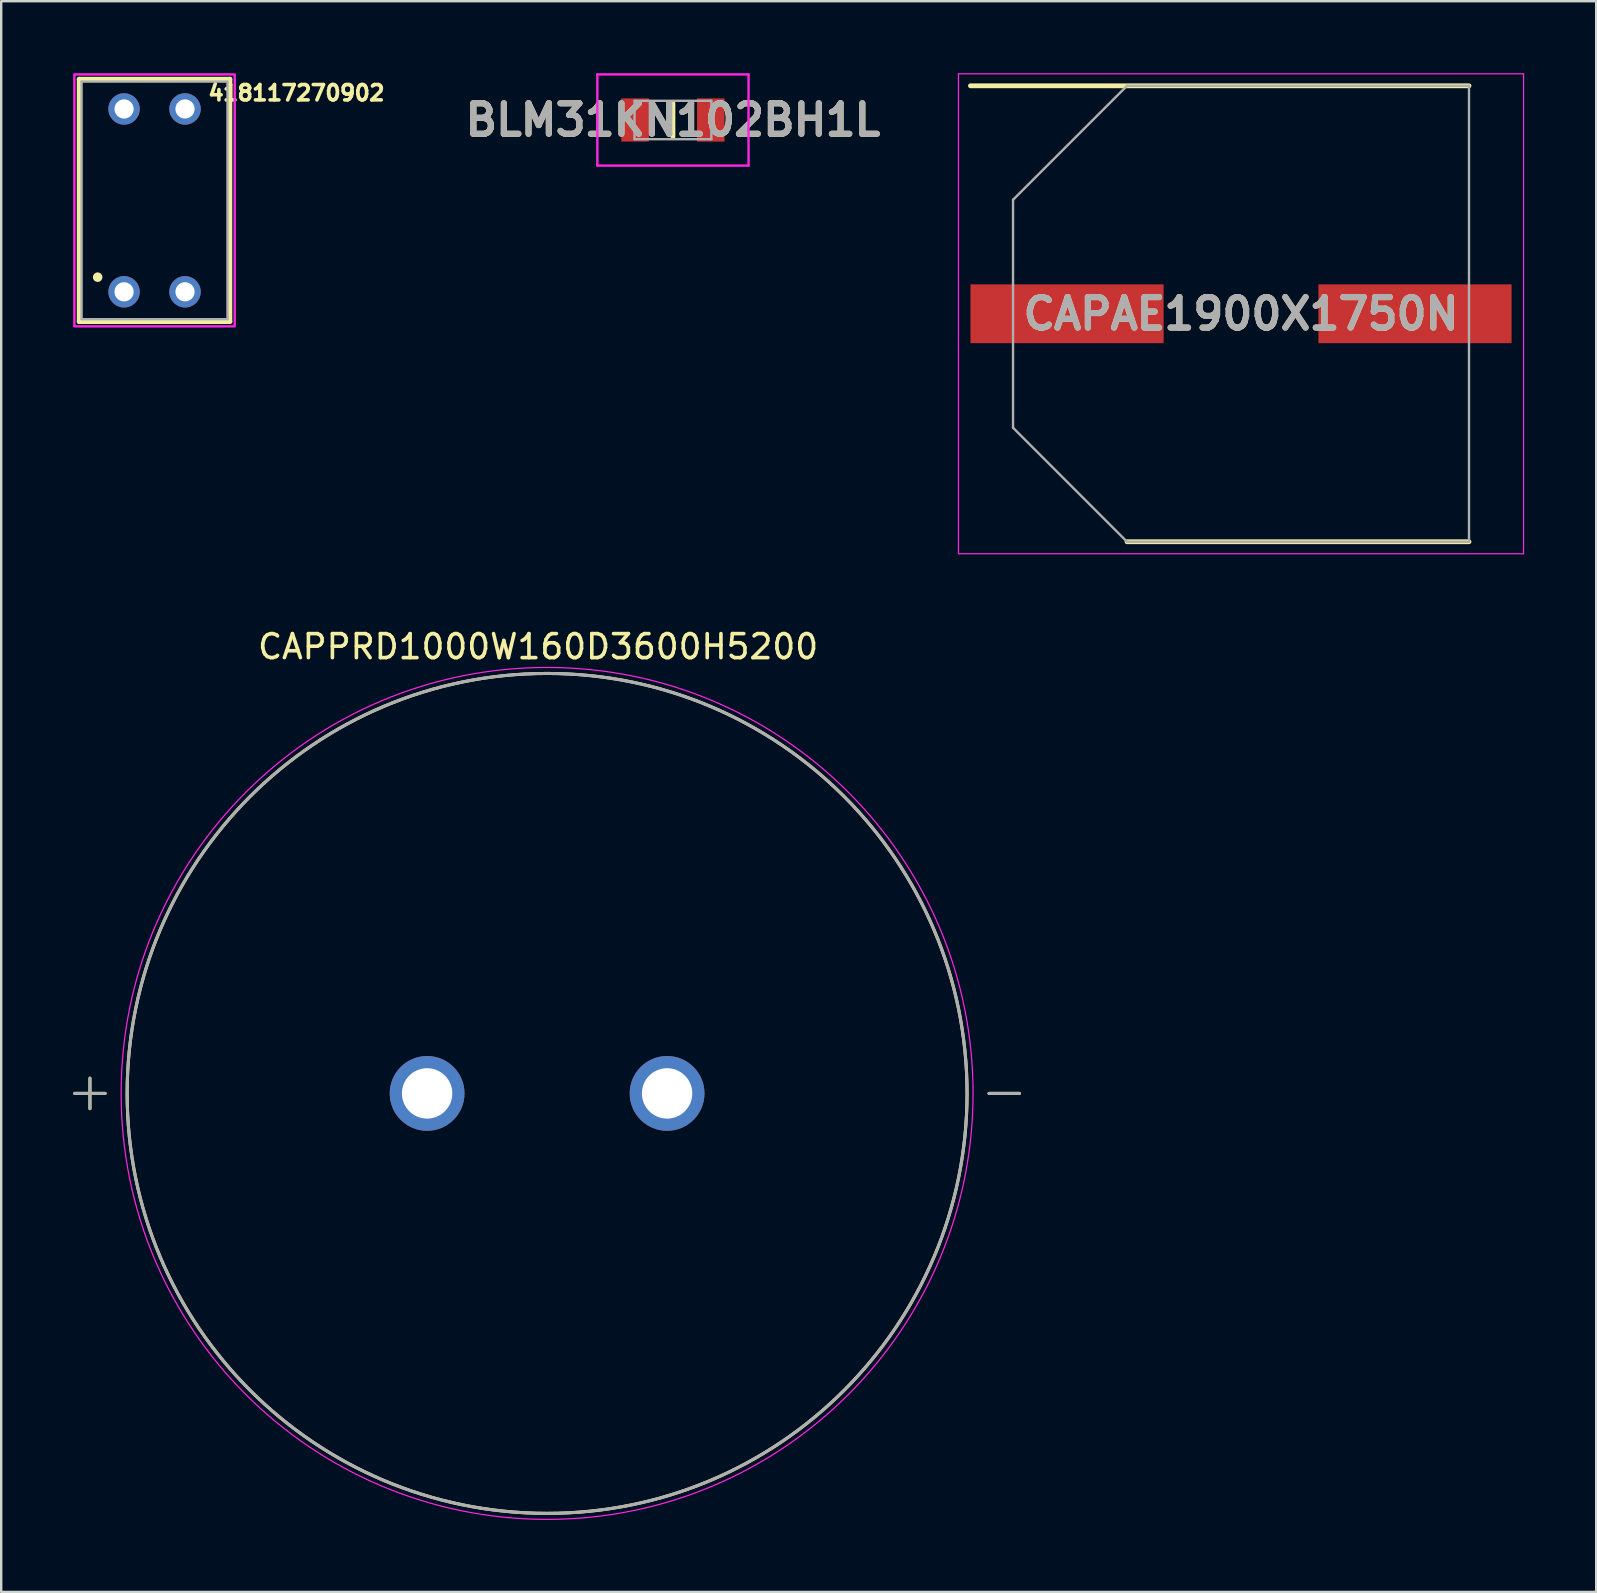
<source format=kicad_pcb>
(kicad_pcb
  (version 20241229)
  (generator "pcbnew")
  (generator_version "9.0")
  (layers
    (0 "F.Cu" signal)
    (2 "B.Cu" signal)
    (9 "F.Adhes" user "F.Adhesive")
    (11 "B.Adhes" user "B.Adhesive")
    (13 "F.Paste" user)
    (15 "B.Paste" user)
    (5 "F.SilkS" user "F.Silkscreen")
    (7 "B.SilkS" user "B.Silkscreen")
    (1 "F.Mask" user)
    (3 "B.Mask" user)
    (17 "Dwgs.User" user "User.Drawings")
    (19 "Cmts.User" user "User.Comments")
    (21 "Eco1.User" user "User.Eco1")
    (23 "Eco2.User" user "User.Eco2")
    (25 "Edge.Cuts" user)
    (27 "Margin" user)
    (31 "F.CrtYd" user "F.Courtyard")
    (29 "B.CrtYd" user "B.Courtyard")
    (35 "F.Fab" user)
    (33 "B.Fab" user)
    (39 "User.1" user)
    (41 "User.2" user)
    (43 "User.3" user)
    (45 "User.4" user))
  (footprint "CAPAE1900X1750N"
    (layer "F.Cu")
    (at 48.664 10.025)
    (property "Reference" "CAPAE1900X1750N" (at 0 0 0) (layer "F.SilkS") (effects (font (size 1.27 1.27) (thickness 0.254))))
    (attr smd)
    (fp_line (start -11.275 -9.5) (end 9.5 -9.5) (stroke (width 0.2) (type solid)) (layer "F.SilkS"))
    (fp_line (start -4.75 9.5) (end 9.5 9.5) (stroke (width 0.2) (type solid)) (layer "F.SilkS"))
    (fp_line (start -11.775 -10) (end 11.775 -10) (stroke (width 0.05) (type solid)) (layer "F.CrtYd"))
    (fp_line (start -11.775 10) (end -11.775 -10) (stroke (width 0.05) (type solid)) (layer "F.CrtYd"))
    (fp_line (start 11.775 -10) (end 11.775 10) (stroke (width 0.05) (type solid)) (layer "F.CrtYd"))
    (fp_line (start 11.775 10) (end -11.775 10) (stroke (width 0.05) (type solid)) (layer "F.CrtYd"))
    (fp_line (start -9.5 -4.75) (end -9.5 4.75) (stroke (width 0.1) (type solid)) (layer "F.Fab"))
    (fp_line (start -9.5 4.75) (end -4.75 9.5) (stroke (width 0.1) (type solid)) (layer "F.Fab"))
    (fp_line (start -4.75 -9.5) (end -9.5 -4.75) (stroke (width 0.1) (type solid)) (layer "F.Fab"))
    (fp_line (start -4.75 9.5) (end 9.5 9.5) (stroke (width 0.1) (type solid)) (layer "F.Fab"))
    (fp_line (start 9.5 -9.5) (end -4.75 -9.5) (stroke (width 0.1) (type solid)) (layer "F.Fab"))
    (fp_line (start 9.5 9.5) (end 9.5 -9.5) (stroke (width 0.1) (type solid)) (layer "F.Fab"))
    (fp_text user "${REFERENCE}" (at 0 0 0) (layer "F.Fab") (effects (font (size 1.27 1.27) (thickness 0.254))))
    (pad "1" smd rect (at -7.25 0 90) (size 2.45 8.05) (layers "F.Cu" "F.Mask" "F.Paste"))
    (pad "2" smd rect (at 7.25 0 90) (size 2.45 8.05) (layers "F.Cu" "F.Mask" "F.Paste")))
  (footprint "BLM31KN102BH1L"
    (layer "F.Cu")
    (at 24.992 1.95)
    (property "Reference" "BLM31KN102BH1L" (at 0 0 0) (layer "F.SilkS") (effects (font (size 1.27 1.27) (thickness 0.254))))
    (attr smd)
    (fp_line (start 0 -0.7) (end 0 0.7) (stroke (width 0.2) (type solid)) (layer "F.SilkS"))
    (fp_line (start -3.15 -1.9) (end 3.15 -1.9) (stroke (width 0.1) (type solid)) (layer "F.CrtYd"))
    (fp_line (start -3.15 1.9) (end -3.15 -1.9) (stroke (width 0.1) (type solid)) (layer "F.CrtYd"))
    (fp_line (start 3.15 -1.9) (end 3.15 1.9) (stroke (width 0.1) (type solid)) (layer "F.CrtYd"))
    (fp_line (start 3.15 1.9) (end -3.15 1.9) (stroke (width 0.1) (type solid)) (layer "F.CrtYd"))
    (fp_line (start -1.6 -0.8) (end 1.6 -0.8) (stroke (width 0.1) (type solid)) (layer "F.Fab"))
    (fp_line (start -1.6 0.8) (end -1.6 -0.8) (stroke (width 0.1) (type solid)) (layer "F.Fab"))
    (fp_line (start 1.6 -0.8) (end 1.6 0.8) (stroke (width 0.1) (type solid)) (layer "F.Fab"))
    (fp_line (start 1.6 0.8) (end -1.6 0.8) (stroke (width 0.1) (type solid)) (layer "F.Fab"))
    (fp_text user "${REFERENCE}" (at 0 0 0) (layer "F.Fab") (effects (font (size 1.27 1.27) (thickness 0.254))))
    (pad "1" smd rect (at -1.575 0) (size 1.15 1.8) (layers "F.Cu" "F.Mask" "F.Paste"))
    (pad "2" smd rect (at 1.575 0) (size 1.15 1.8) (layers "F.Cu" "F.Mask" "F.Paste")))
  (footprint "CAPPRD1000W160D3600H5200"
    (layer "F.Cu")
    (at 19.748 42.513)
    (property "Reference" "CAPPRD1000W160D3600H5200" (at -0.375 -18.615 0) (layer "F.SilkS") (effects (font (size 1 1) (thickness 0.15))))
    (attr through_hole)
    (fp_line (start -19.685 0) (end -18.415 0) (stroke (width 0.127) (type solid)) (layer "F.SilkS"))
    (fp_line (start -19.05 0.635) (end -19.05 -0.635) (stroke (width 0.127) (type solid)) (layer "F.SilkS"))
    (fp_line (start 18.415 0) (end 19.685 0) (stroke (width 0.127) (type solid)) (layer "F.SilkS"))
    (fp_circle (center 0 0) (end 17.5 0) (stroke (width 0.127) (type solid)) (fill no) (layer "F.SilkS"))
    (fp_circle (center 0 0) (end 17.75 0) (stroke (width 0.05) (type solid)) (fill no) (layer "F.CrtYd"))
    (fp_line (start -19.685 0) (end -18.415 0) (stroke (width 0.127) (type solid)) (layer "F.Fab"))
    (fp_line (start -19.05 0.635) (end -19.05 -0.635) (stroke (width 0.127) (type solid)) (layer "F.Fab"))
    (fp_line (start 18.415 0) (end 19.685 0) (stroke (width 0.127) (type solid)) (layer "F.Fab"))
    (fp_circle (center 0 0) (end 17.5 0) (stroke (width 0.127) (type solid)) (fill no) (layer "F.Fab"))
    (pad "+" thru_hole circle (at -5 0) (size 3.116 3.116) (drill 2.1) (layers "*.Cu" "*.Mask"))
    (pad "-" thru_hole circle (at 5 0) (size 3.116 3.116) (drill 2.1) (layers "*.Cu" "*.Mask")))
  (footprint "418117270902"
    (layer "F.Cu")
    (at 3.39 5.3)
    (property "Reference" "418117270902" (at 5.912 -4.476 0) (layer "F.SilkS") (effects (font (size 0.64 0.64) (thickness 0.15))))
    (attr through_hole)
    (fp_line (start -3.14 -5.05) (end 3.14 -5.05) (stroke (width 0.2) (type solid)) (layer "F.SilkS"))
    (fp_line (start -3.14 5.05) (end -3.14 -5.05) (stroke (width 0.2) (type solid)) (layer "F.SilkS"))
    (fp_line (start 3.14 -5.05) (end 3.14 5.05) (stroke (width 0.2) (type solid)) (layer "F.SilkS"))
    (fp_line (start 3.14 5.05) (end -3.14 5.05) (stroke (width 0.2) (type solid)) (layer "F.SilkS"))
    (fp_circle (center -2.37 3.2) (end -2.27 3.2) (stroke (width 0.2) (type solid)) (fill no) (layer "F.SilkS"))
    (fp_poly (pts (xy -3.34 -5.25) (xy 3.34 -5.25) (xy 3.34 5.25) (xy -3.34 5.25)) (stroke (width 0.1) (type solid)) (fill no) (layer "F.CrtYd"))
    (fp_line (start -3.04 -4.95) (end 3.04 -4.95) (stroke (width 0.1) (type solid)) (layer "F.Fab"))
    (fp_line (start -3.04 4.95) (end -3.04 -4.95) (stroke (width 0.1) (type solid)) (layer "F.Fab"))
    (fp_line (start 3.04 -4.95) (end 3.04 4.95) (stroke (width 0.1) (type solid)) (layer "F.Fab"))
    (fp_line (start 3.04 4.95) (end -3.04 4.95) (stroke (width 0.1) (type solid)) (layer "F.Fab"))
    (pad "1" thru_hole circle (at -1.27 3.81) (size 1.308 1.308) (drill 0.8) (layers "*.Cu" "*.Mask"))
    (pad "2" thru_hole circle (at 1.27 3.81) (size 1.308 1.308) (drill 0.8) (layers "*.Cu" "*.Mask"))
    (pad "A1" thru_hole circle (at -1.27 -3.81) (size 1.308 1.308) (drill 0.8) (layers "*.Cu" "*.Mask"))
    (pad "A2" thru_hole circle (at 1.27 -3.81) (size 1.308 1.308) (drill 0.8) (layers "*.Cu" "*.Mask")))
  (gr_rect
    (start -3 -3)
    (end 63.464 63.288)
    (stroke (width 0.1) (type default))
    (fill no)
    (layer "Edge.Cuts")))
</source>
